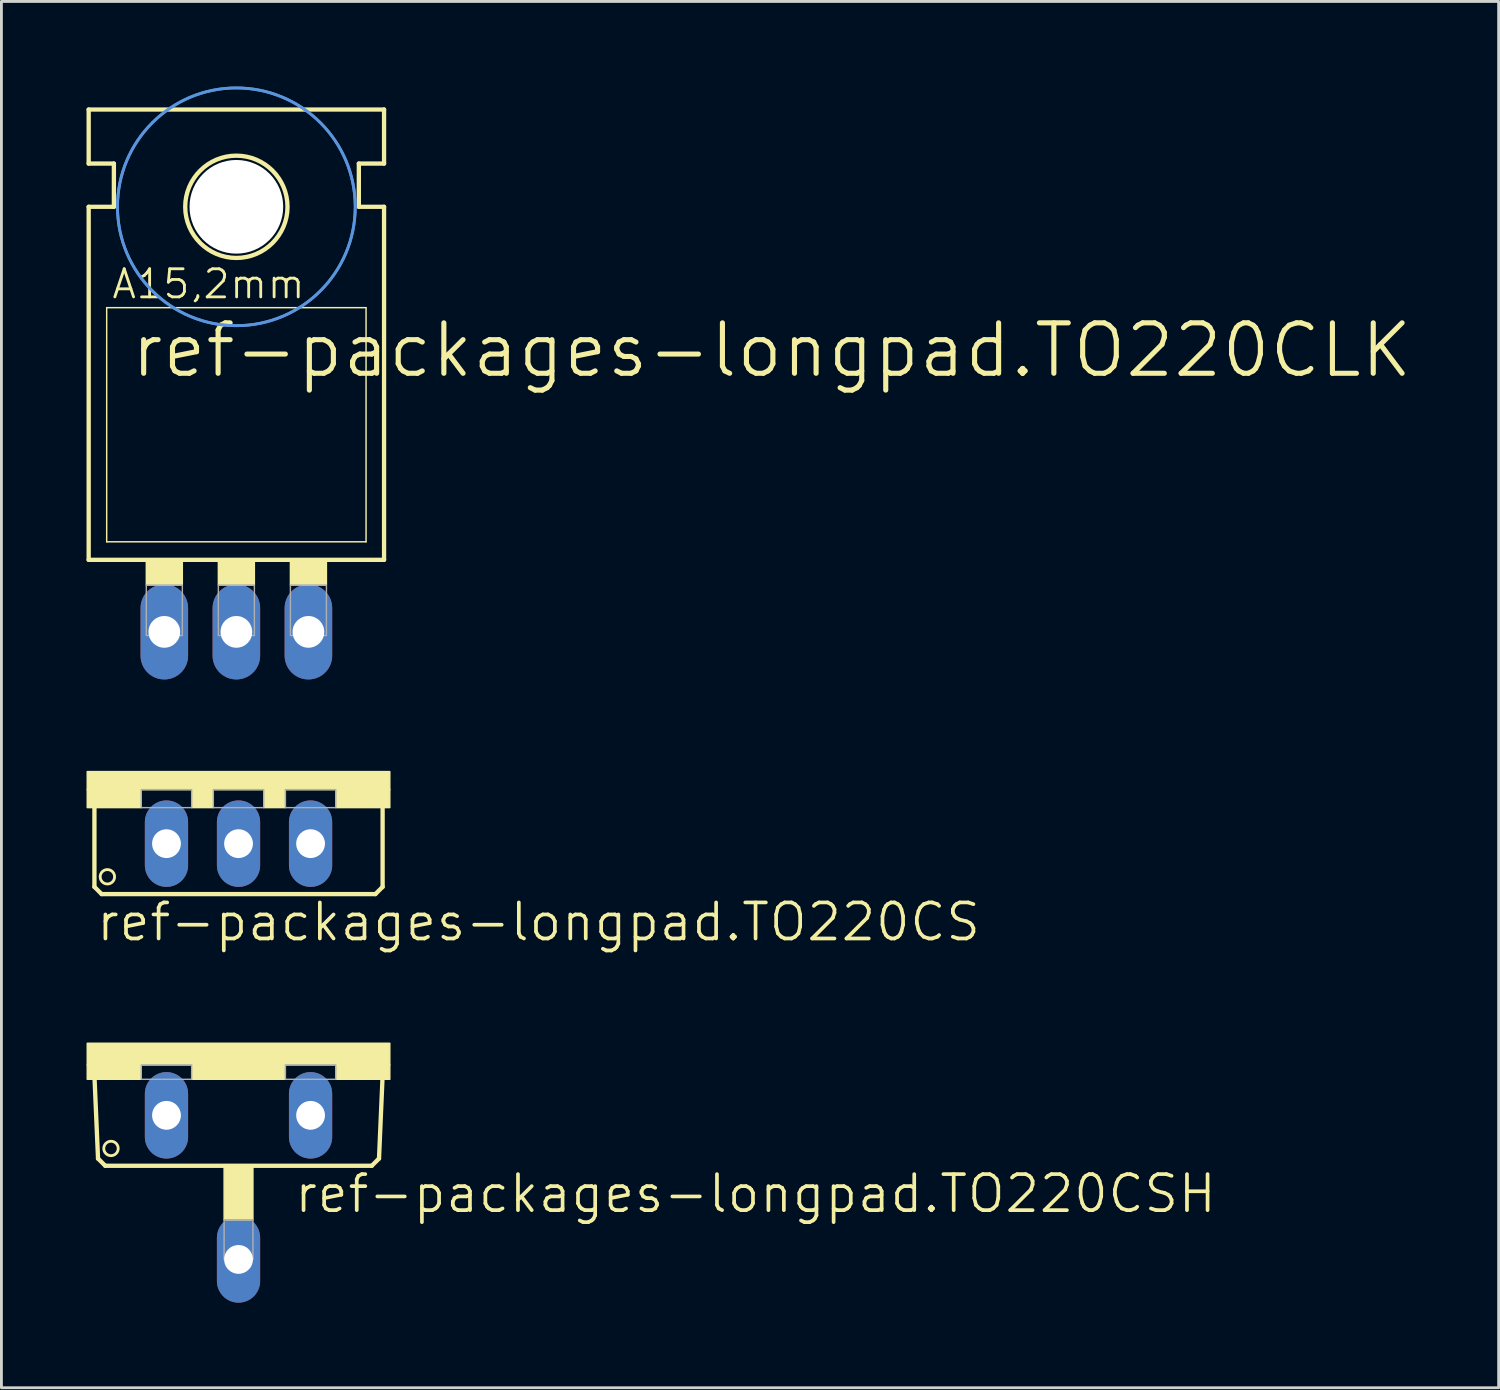
<source format=kicad_pcb>
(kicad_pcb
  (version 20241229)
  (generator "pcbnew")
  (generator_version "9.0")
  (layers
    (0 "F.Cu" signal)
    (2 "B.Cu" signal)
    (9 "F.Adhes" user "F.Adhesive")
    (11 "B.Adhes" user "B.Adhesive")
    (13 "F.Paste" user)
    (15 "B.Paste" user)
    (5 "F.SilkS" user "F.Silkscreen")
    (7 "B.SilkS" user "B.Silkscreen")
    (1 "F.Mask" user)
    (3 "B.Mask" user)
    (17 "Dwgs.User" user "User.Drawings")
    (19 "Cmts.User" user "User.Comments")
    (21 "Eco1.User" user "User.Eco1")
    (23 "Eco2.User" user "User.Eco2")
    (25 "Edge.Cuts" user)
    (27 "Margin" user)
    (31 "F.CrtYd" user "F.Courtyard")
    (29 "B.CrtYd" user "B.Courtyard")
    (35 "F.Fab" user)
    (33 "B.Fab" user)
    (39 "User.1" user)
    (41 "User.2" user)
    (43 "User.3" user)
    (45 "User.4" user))
  (footprint "ref-packages-longpad.TO220CSH"
    (layer "F.Cu")
    (at 5.359 33.731)
    (property "Reference" "ref-packages-longpad.TO220CSH" (at 1.905 6.045 0) (layer "F.SilkS") (effects (font (size 1.27 1.27) (thickness 0.13)) (justify left bottom)))
    (attr through_hole)
    (fp_line (start -4.953 4.064) (end -5.08 1.143) (stroke (width 0.152) (type default)) (layer "F.SilkS"))
    (fp_line (start -4.953 4.064) (end -4.699 4.318) (stroke (width 0.152) (type default)) (layer "F.SilkS"))
    (fp_line (start 4.699 4.318) (end -4.699 4.318) (stroke (width 0.152) (type default)) (layer "F.SilkS"))
    (fp_line (start 4.699 4.318) (end 4.953 4.064) (stroke (width 0.152) (type default)) (layer "F.SilkS"))
    (fp_line (start 5.08 1.143) (end 4.953 4.064) (stroke (width 0.152) (type default)) (layer "F.SilkS"))
    (fp_rect (start -5.334 0.762) (end 5.334 0) (stroke (width 0.05) (type default)) (fill yes) (layer "F.SilkS"))
    (fp_rect (start -5.334 1.27) (end -3.429 0.762) (stroke (width 0.05) (type default)) (fill yes) (layer "F.SilkS"))
    (fp_rect (start -1.651 1.27) (end 1.651 0.762) (stroke (width 0.05) (type default)) (fill yes) (layer "F.SilkS"))
    (fp_rect (start -0.508 6.223) (end 0.508 4.318) (stroke (width 0.05) (type default)) (fill yes) (layer "F.SilkS"))
    (fp_rect (start 3.429 1.27) (end 5.334 0.762) (stroke (width 0.05) (type default)) (fill yes) (layer "F.SilkS"))
    (fp_circle (center -4.496 3.708) (end -4.242 3.708) (stroke (width 0.1) (type default)) (fill no) (layer "F.SilkS"))
    (fp_rect (start -3.429 1.27) (end -1.651 0.762) (stroke (width 0.05) (type default)) (fill no) (layer "F.Fab"))
    (fp_rect (start -0.508 7.62) (end 0.508 6.223) (stroke (width 0.05) (type default)) (fill no) (layer "F.Fab"))
    (fp_rect (start 1.651 1.27) (end 3.429 0.762) (stroke (width 0.05) (type default)) (fill no) (layer "F.Fab"))
    (pad "A" thru_hole oval (at 0 7.62 90) (size 3.048 1.524) (drill 1.016) (layers "*.Cu" "*.Mask"))
    (pad "C" thru_hole oval (at -2.54 2.54 90) (size 3.048 1.524) (drill 1.016) (layers "*.Cu" "*.Mask"))
    (pad "G" thru_hole oval (at 2.54 2.54 90) (size 3.048 1.524) (drill 1.016) (layers "*.Cu" "*.Mask")))
  (footprint "ref-packages-longpad.TO220CS"
    (layer "F.Cu")
    (at 5.359 24.153)
    (property "Reference" "ref-packages-longpad.TO220CS" (at -5.08 6.045 0) (layer "F.SilkS") (effects (font (size 1.27 1.27) (thickness 0.13)) (justify left bottom)))
    (attr through_hole)
    (fp_line (start -5.08 4.064) (end -5.08 1.143) (stroke (width 0.152) (type default)) (layer "F.SilkS"))
    (fp_line (start -5.08 4.064) (end -4.826 4.318) (stroke (width 0.152) (type default)) (layer "F.SilkS"))
    (fp_line (start 4.826 4.318) (end -4.826 4.318) (stroke (width 0.152) (type default)) (layer "F.SilkS"))
    (fp_line (start 4.826 4.318) (end 5.08 4.064) (stroke (width 0.152) (type default)) (layer "F.SilkS"))
    (fp_line (start 5.08 1.143) (end 5.08 4.064) (stroke (width 0.152) (type default)) (layer "F.SilkS"))
    (fp_rect (start -5.334 0.635) (end 5.334 0) (stroke (width 0.05) (type default)) (fill yes) (layer "F.SilkS"))
    (fp_rect (start -5.334 1.27) (end -3.429 0.635) (stroke (width 0.05) (type default)) (fill yes) (layer "F.SilkS"))
    (fp_rect (start -1.651 1.27) (end -0.889 0.635) (stroke (width 0.05) (type default)) (fill yes) (layer "F.SilkS"))
    (fp_rect (start 0.889 1.27) (end 1.651 0.635) (stroke (width 0.05) (type default)) (fill yes) (layer "F.SilkS"))
    (fp_rect (start 3.429 1.27) (end 5.334 0.635) (stroke (width 0.05) (type default)) (fill yes) (layer "F.SilkS"))
    (fp_circle (center -4.623 3.708) (end -4.369 3.708) (stroke (width 0.1) (type default)) (fill no) (layer "F.SilkS"))
    (fp_rect (start -3.429 1.27) (end -1.651 0.635) (stroke (width 0.05) (type default)) (fill no) (layer "F.Fab"))
    (fp_rect (start -0.889 1.27) (end 0.889 0.635) (stroke (width 0.05) (type default)) (fill no) (layer "F.Fab"))
    (fp_rect (start 1.651 1.27) (end 3.429 0.635) (stroke (width 0.05) (type default)) (fill no) (layer "F.Fab"))
    (pad "A" thru_hole oval (at 0 2.54 90) (size 3.048 1.524) (drill 1.016) (layers "*.Cu" "*.Mask"))
    (pad "C" thru_hole oval (at -2.54 2.54 90) (size 3.048 1.524) (drill 1.016) (layers "*.Cu" "*.Mask"))
    (pad "G" thru_hole oval (at 2.54 2.54 90) (size 3.048 1.524) (drill 1.016) (layers "*.Cu" "*.Mask")))
  (footprint "ref-packages-longpad.TO220CLK"
    (layer "F.Cu")
    (at 5.283 15.417)
    (property "Reference" "ref-packages-longpad.TO220CLK" (at -3.81 -5.08 0) (layer "F.SilkS") (effects (font (size 1.778 1.778) (thickness 0.18)) (justify left bottom)))
    (attr through_hole)
    (fp_line (start -5.207 -12.7) (end -5.207 -14.605) (stroke (width 0.152) (type default)) (layer "F.SilkS"))
    (fp_line (start -5.207 -11.176) (end -4.318 -11.176) (stroke (width 0.152) (type default)) (layer "F.SilkS"))
    (fp_line (start -5.207 1.27) (end -5.207 -11.176) (stroke (width 0.152) (type default)) (layer "F.SilkS"))
    (fp_line (start -5.207 1.27) (end 5.207 1.27) (stroke (width 0.152) (type default)) (layer "F.SilkS"))
    (fp_line (start -4.572 0.635) (end -4.572 -7.62) (stroke (width 0.051) (type default)) (layer "F.SilkS"))
    (fp_line (start -4.572 0.635) (end 4.572 0.635) (stroke (width 0.051) (type default)) (layer "F.SilkS"))
    (fp_line (start -4.318 -12.7) (end -5.207 -12.7) (stroke (width 0.152) (type default)) (layer "F.SilkS"))
    (fp_line (start -4.318 -11.176) (end -4.318 -12.7) (stroke (width 0.152) (type default)) (layer "F.SilkS"))
    (fp_line (start 4.318 -12.7) (end 5.207 -12.7) (stroke (width 0.152) (type default)) (layer "F.SilkS"))
    (fp_line (start 4.318 -11.176) (end 4.318 -12.7) (stroke (width 0.152) (type default)) (layer "F.SilkS"))
    (fp_line (start 4.572 -7.62) (end -4.572 -7.62) (stroke (width 0.051) (type default)) (layer "F.SilkS"))
    (fp_line (start 4.572 -7.62) (end 4.572 0.635) (stroke (width 0.051) (type default)) (layer "F.SilkS"))
    (fp_line (start 5.207 -14.605) (end -5.207 -14.605) (stroke (width 0.152) (type default)) (layer "F.SilkS"))
    (fp_line (start 5.207 -12.7) (end 5.207 -14.605) (stroke (width 0.152) (type default)) (layer "F.SilkS"))
    (fp_line (start 5.207 -11.176) (end 4.318 -11.176) (stroke (width 0.152) (type default)) (layer "F.SilkS"))
    (fp_line (start 5.207 1.27) (end 5.207 -11.176) (stroke (width 0.152) (type default)) (layer "F.SilkS"))
    (fp_rect (start -3.175 2.159) (end -1.905 1.27) (stroke (width 0.05) (type default)) (fill yes) (layer "F.SilkS"))
    (fp_rect (start -0.635 2.159) (end 0.635 1.27) (stroke (width 0.05) (type default)) (fill yes) (layer "F.SilkS"))
    (fp_rect (start 1.905 2.159) (end 3.175 1.27) (stroke (width 0.05) (type default)) (fill yes) (layer "F.SilkS"))
    (fp_circle (center 0 -11.176) (end 1.803 -11.176) (stroke (width 0.152) (type default)) (fill no) (layer "F.SilkS"))
    (fp_circle (center 0 -11.176) (end 4.191 -11.176) (stroke (width 0.1) (type default)) (fill no) (layer "Cmts.User"))
    (fp_circle (center 0 -11.176) (end 4.191 -11.176) (stroke (width 0.1) (type default)) (fill no) (layer "Cmts.User"))
    (fp_rect (start -3.175 3.937) (end -1.905 2.159) (stroke (width 0.05) (type default)) (fill no) (layer "F.Fab"))
    (fp_rect (start -0.635 3.937) (end 0.635 2.159) (stroke (width 0.05) (type default)) (fill no) (layer "F.Fab"))
    (fp_rect (start 1.905 3.937) (end 3.175 2.159) (stroke (width 0.05) (type default)) (fill no) (layer "F.Fab"))
    (fp_text user "A15,2mm" (at -4.445 -7.874 0) (layer "F.SilkS") (effects (font (size 0.991 0.991) (thickness 0.1)) (justify left bottom)))
    (pad "" np_thru_hole circle (at 0 -11.176) (size 3.302 3.302) (drill 3.302) (layers "*.Cu" "*.Mask"))
    (pad "A" thru_hole oval (at 0 3.81 90) (size 3.353 1.676) (drill 1.118) (layers "*.Cu" "*.Mask"))
    (pad "C" thru_hole oval (at -2.54 3.81 90) (size 3.353 1.676) (drill 1.118) (layers "*.Cu" "*.Mask"))
    (pad "G" thru_hole oval (at 2.54 3.81 90) (size 3.353 1.676) (drill 1.118) (layers "*.Cu" "*.Mask")))
  (gr_rect
    (start -3 -3)
    (end 49.785 45.875)
    (stroke (width 0.1) (type default))
    (fill no)
    (layer "Edge.Cuts")))
</source>
